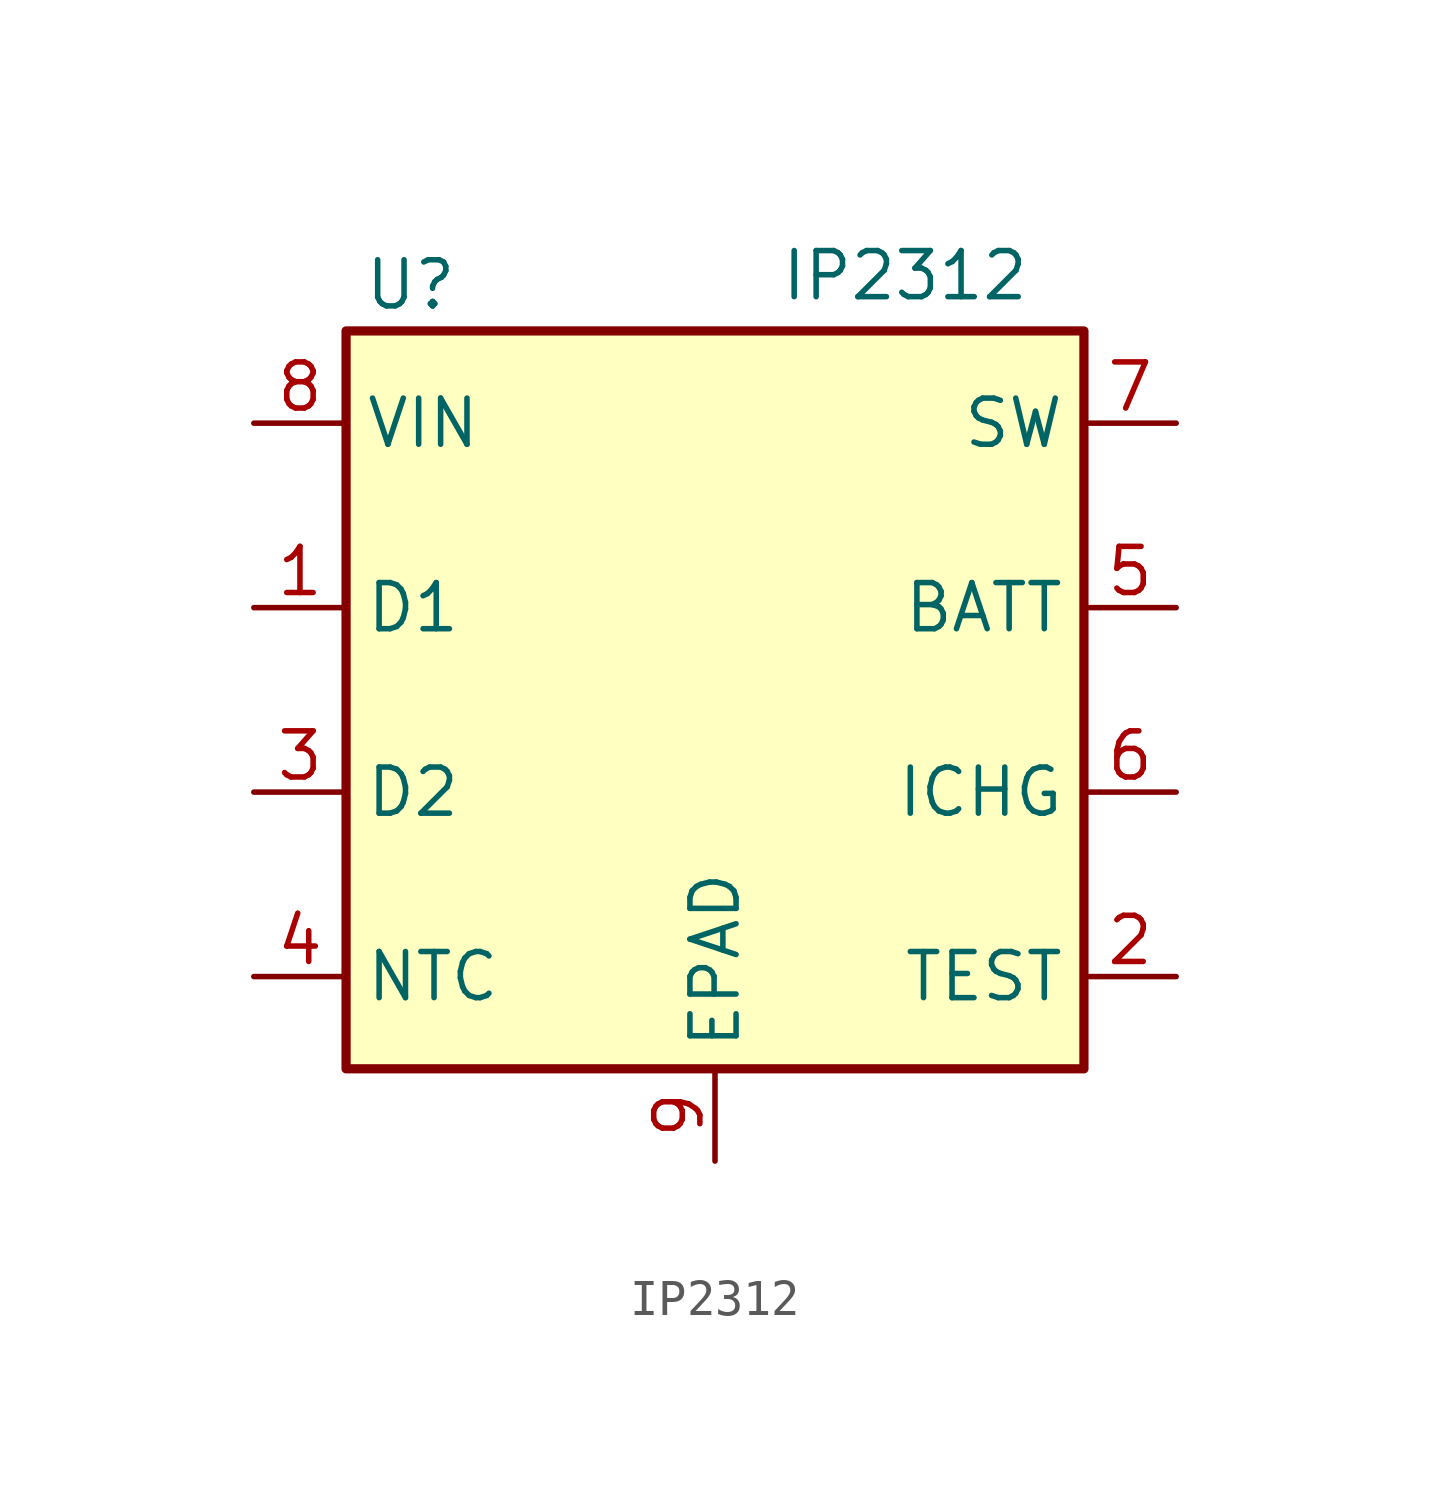
<source format=kicad_sym>
(kicad_symbol_lib
  (version 20231120)
  (generator "kicad_symbol_editor")
  (generator_version "8.0")
  (symbol "IP2312"
    (property "Reference" "U"
      (at -8.382 11.43 0)
      (effects (font (size 1.27 1.27))))
    (property "Value" "IP2312"
      (at 1.778 11.684 0)
      (effects (font (size 1.27 1.27)) (justify left)))
    (symbol "IP2312_0_1"
      (rectangle (start -10.16 10.16) (end 10.16 -10.16) (stroke (width 0.254) (type default)) (fill (type background))))
    (symbol "IP2312_1_1"
      (pin output line (at -12.7 2.54 0) (length 2.54) (name "D1" (effects (font (size 1.27 1.27)))) (number "1" (effects (font (size 1.27 1.27)))))
      (pin input line (at 12.7 -7.62 180) (length 2.54) (name "TEST" (effects (font (size 1.27 1.27)))) (number "2" (effects (font (size 1.27 1.27)))))
      (pin output line (at -12.7 -2.54 0) (length 2.54) (name "D2" (effects (font (size 1.27 1.27)))) (number "3" (effects (font (size 1.27 1.27)))))
      (pin input line (at -12.7 -7.62 0) (length 2.54) (name "NTC" (effects (font (size 1.27 1.27)))) (number "4" (effects (font (size 1.27 1.27)))))
      (pin power_out line (at 12.7 2.54 180) (length 2.54) (name "BATT" (effects (font (size 1.27 1.27)))) (number "5" (effects (font (size 1.27 1.27)))))
      (pin input line (at 12.7 -2.54 180) (length 2.54) (name "ICHG" (effects (font (size 1.27 1.27)))) (number "6" (effects (font (size 1.27 1.27)))))
      (pin input line (at 12.7 7.62 180) (length 2.54) (name "SW" (effects (font (size 1.27 1.27)))) (number "7" (effects (font (size 1.27 1.27)))))
      (pin power_in line (at -12.7 7.62 0) (length 2.54) (name "VIN" (effects (font (size 1.27 1.27)))) (number "8" (effects (font (size 1.27 1.27)))))
      (pin power_in line (at 0 -12.7 90) (length 2.54) (name "EPAD" (effects (font (size 1.27 1.27)))) (number "9" (effects (font (size 1.27 1.27))))))))
</source>
